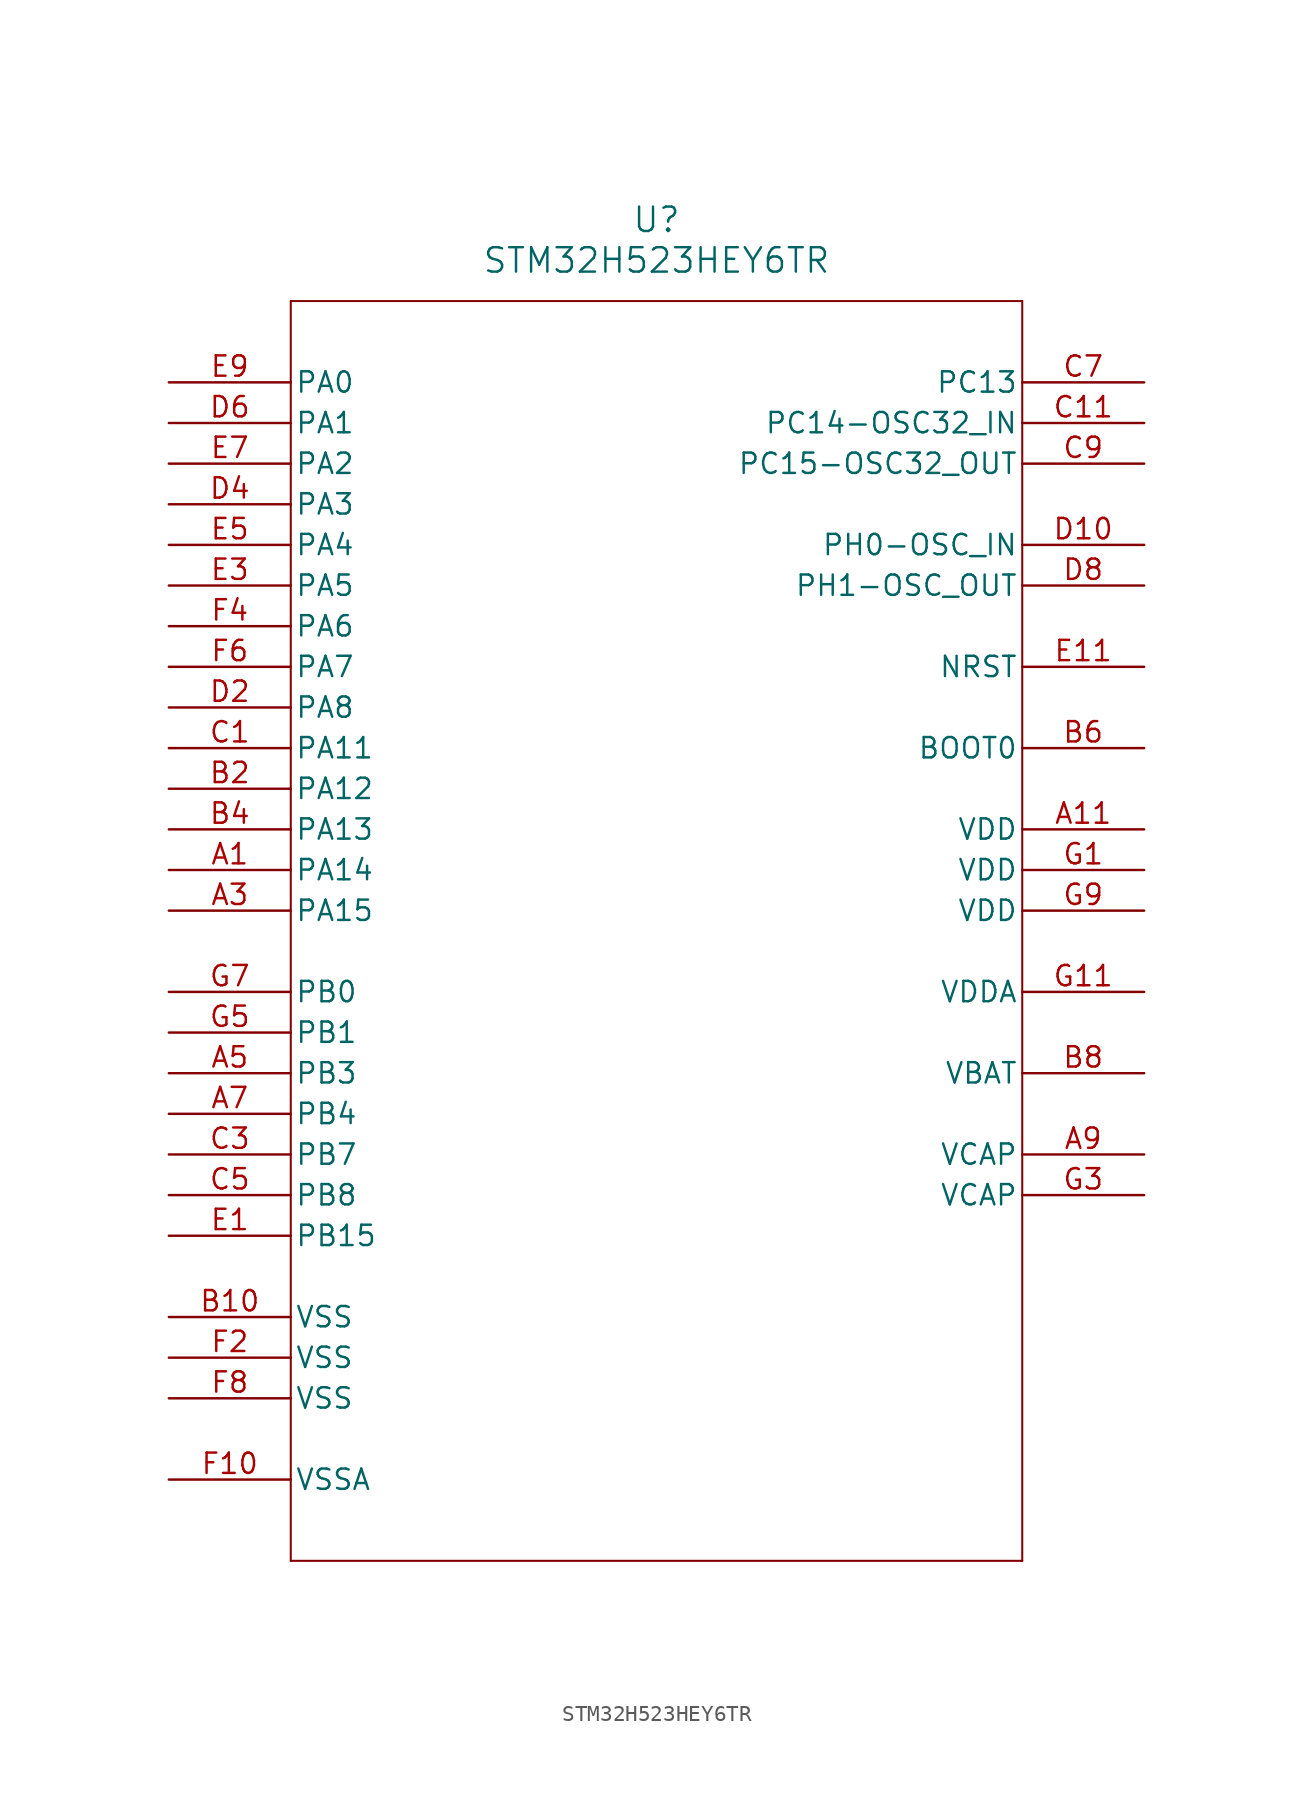
<source format=kicad_sym>
(kicad_symbol_lib
  (version 20231120)
  (generator "kicad_symbol_editor")
  (generator_version "8.0")
  (symbol "STM32H523HEY6TR"
    (pin_names
      (offset 0.254))
    (property "Reference" "U"
      (at 30.48 10.16 0)
      (effects (font (size 1.524 1.524))))
    (property "Value" "STM32H523HEY6TR"
      (at 30.48 7.62 0)
      (effects (font (size 1.524 1.524))))
    (property "ki_locked" ""
      (at 0 0 0)
      (effects (font (size 1.27 1.27))))
    (symbol "STM32H523HEY6TR_0_1"
      (polyline (pts (xy 7.62 -73.66) (xy 53.34 -73.66)) (stroke (width 0.127) (type default)) (fill (type none)))
      (polyline (pts (xy 7.62 5.08) (xy 7.62 -73.66)) (stroke (width 0.127) (type default)) (fill (type none)))
      (polyline (pts (xy 53.34 -73.66) (xy 53.34 5.08)) (stroke (width 0.127) (type default)) (fill (type none)))
      (polyline (pts (xy 53.34 5.08) (xy 7.62 5.08)) (stroke (width 0.127) (type default)) (fill (type none)))
      (pin bidirectional line (at 0 -30.48 0) (length 7.62) (name "PA14" (effects (font (size 1.27 1.27)))) (number "A1" (effects (font (size 1.27 1.27)))))
      (pin power_in line (at 60.96 -27.94 180) (length 7.62) (name "VDD" (effects (font (size 1.27 1.27)))) (number "A11" (effects (font (size 1.27 1.27)))))
      (pin bidirectional line (at 0 -33.02 0) (length 7.62) (name "PA15" (effects (font (size 1.27 1.27)))) (number "A3" (effects (font (size 1.27 1.27)))))
      (pin bidirectional line (at 0 -43.18 0) (length 7.62) (name "PB3" (effects (font (size 1.27 1.27)))) (number "A5" (effects (font (size 1.27 1.27)))))
      (pin bidirectional line (at 0 -45.72 0) (length 7.62) (name "PB4" (effects (font (size 1.27 1.27)))) (number "A7" (effects (font (size 1.27 1.27)))))
      (pin power_in line (at 60.96 -48.26 180) (length 7.62) (name "VCAP" (effects (font (size 1.27 1.27)))) (number "A9" (effects (font (size 1.27 1.27)))))
      (pin power_in line (at 0 -58.42 0) (length 7.62) (name "VSS" (effects (font (size 1.27 1.27)))) (number "B10" (effects (font (size 1.27 1.27)))))
      (pin bidirectional line (at 0 -25.4 0) (length 7.62) (name "PA12" (effects (font (size 1.27 1.27)))) (number "B2" (effects (font (size 1.27 1.27)))))
      (pin bidirectional line (at 0 -27.94 0) (length 7.62) (name "PA13" (effects (font (size 1.27 1.27)))) (number "B4" (effects (font (size 1.27 1.27)))))
      (pin input line (at 60.96 -22.86 180) (length 7.62) (name "BOOT0" (effects (font (size 1.27 1.27)))) (number "B6" (effects (font (size 1.27 1.27)))))
      (pin power_in line (at 60.96 -43.18 180) (length 7.62) (name "VBAT" (effects (font (size 1.27 1.27)))) (number "B8" (effects (font (size 1.27 1.27)))))
      (pin bidirectional line (at 0 -22.86 0) (length 7.62) (name "PA11" (effects (font (size 1.27 1.27)))) (number "C1" (effects (font (size 1.27 1.27)))))
      (pin bidirectional line (at 60.96 -2.54 180) (length 7.62) (name "PC14-OSC32_IN" (effects (font (size 1.27 1.27)))) (number "C11" (effects (font (size 1.27 1.27)))))
      (pin bidirectional line (at 0 -48.26 0) (length 7.62) (name "PB7" (effects (font (size 1.27 1.27)))) (number "C3" (effects (font (size 1.27 1.27)))))
      (pin bidirectional line (at 0 -50.8 0) (length 7.62) (name "PB8" (effects (font (size 1.27 1.27)))) (number "C5" (effects (font (size 1.27 1.27)))))
      (pin bidirectional line (at 60.96 0 180) (length 7.62) (name "PC13" (effects (font (size 1.27 1.27)))) (number "C7" (effects (font (size 1.27 1.27)))))
      (pin bidirectional line (at 60.96 -5.08 180) (length 7.62) (name "PC15-OSC32_OUT" (effects (font (size 1.27 1.27)))) (number "C9" (effects (font (size 1.27 1.27)))))
      (pin bidirectional line (at 60.96 -10.16 180) (length 7.62) (name "PH0-OSC_IN" (effects (font (size 1.27 1.27)))) (number "D10" (effects (font (size 1.27 1.27)))))
      (pin bidirectional line (at 0 -20.32 0) (length 7.62) (name "PA8" (effects (font (size 1.27 1.27)))) (number "D2" (effects (font (size 1.27 1.27)))))
      (pin bidirectional line (at 0 -7.62 0) (length 7.62) (name "PA3" (effects (font (size 1.27 1.27)))) (number "D4" (effects (font (size 1.27 1.27)))))
      (pin bidirectional line (at 0 -2.54 0) (length 7.62) (name "PA1" (effects (font (size 1.27 1.27)))) (number "D6" (effects (font (size 1.27 1.27)))))
      (pin bidirectional line (at 60.96 -12.7 180) (length 7.62) (name "PH1-OSC_OUT" (effects (font (size 1.27 1.27)))) (number "D8" (effects (font (size 1.27 1.27)))))
      (pin bidirectional line (at 0 -53.34 0) (length 7.62) (name "PB15" (effects (font (size 1.27 1.27)))) (number "E1" (effects (font (size 1.27 1.27)))))
      (pin bidirectional line (at 60.96 -17.78 180) (length 7.62) (name "NRST" (effects (font (size 1.27 1.27)))) (number "E11" (effects (font (size 1.27 1.27)))))
      (pin bidirectional line (at 0 -12.7 0) (length 7.62) (name "PA5" (effects (font (size 1.27 1.27)))) (number "E3" (effects (font (size 1.27 1.27)))))
      (pin bidirectional line (at 0 -10.16 0) (length 7.62) (name "PA4" (effects (font (size 1.27 1.27)))) (number "E5" (effects (font (size 1.27 1.27)))))
      (pin bidirectional line (at 0 -5.08 0) (length 7.62) (name "PA2" (effects (font (size 1.27 1.27)))) (number "E7" (effects (font (size 1.27 1.27)))))
      (pin bidirectional line (at 0 0 0) (length 7.62) (name "PA0" (effects (font (size 1.27 1.27)))) (number "E9" (effects (font (size 1.27 1.27)))))
      (pin power_in line (at 0 -68.58 0) (length 7.62) (name "VSSA" (effects (font (size 1.27 1.27)))) (number "F10" (effects (font (size 1.27 1.27)))))
      (pin power_in line (at 0 -60.96 0) (length 7.62) (name "VSS" (effects (font (size 1.27 1.27)))) (number "F2" (effects (font (size 1.27 1.27)))))
      (pin bidirectional line (at 0 -15.24 0) (length 7.62) (name "PA6" (effects (font (size 1.27 1.27)))) (number "F4" (effects (font (size 1.27 1.27)))))
      (pin bidirectional line (at 0 -17.78 0) (length 7.62) (name "PA7" (effects (font (size 1.27 1.27)))) (number "F6" (effects (font (size 1.27 1.27)))))
      (pin power_in line (at 0 -63.5 0) (length 7.62) (name "VSS" (effects (font (size 1.27 1.27)))) (number "F8" (effects (font (size 1.27 1.27)))))
      (pin power_in line (at 60.96 -30.48 180) (length 7.62) (name "VDD" (effects (font (size 1.27 1.27)))) (number "G1" (effects (font (size 1.27 1.27)))))
      (pin power_in line (at 60.96 -38.1 180) (length 7.62) (name "VDDA" (effects (font (size 1.27 1.27)))) (number "G11" (effects (font (size 1.27 1.27)))))
      (pin power_in line (at 60.96 -50.8 180) (length 7.62) (name "VCAP" (effects (font (size 1.27 1.27)))) (number "G3" (effects (font (size 1.27 1.27)))))
      (pin bidirectional line (at 0 -40.64 0) (length 7.62) (name "PB1" (effects (font (size 1.27 1.27)))) (number "G5" (effects (font (size 1.27 1.27)))))
      (pin bidirectional line (at 0 -38.1 0) (length 7.62) (name "PB0" (effects (font (size 1.27 1.27)))) (number "G7" (effects (font (size 1.27 1.27)))))
      (pin power_in line (at 60.96 -33.02 180) (length 7.62) (name "VDD" (effects (font (size 1.27 1.27)))) (number "G9" (effects (font (size 1.27 1.27))))))))
</source>
